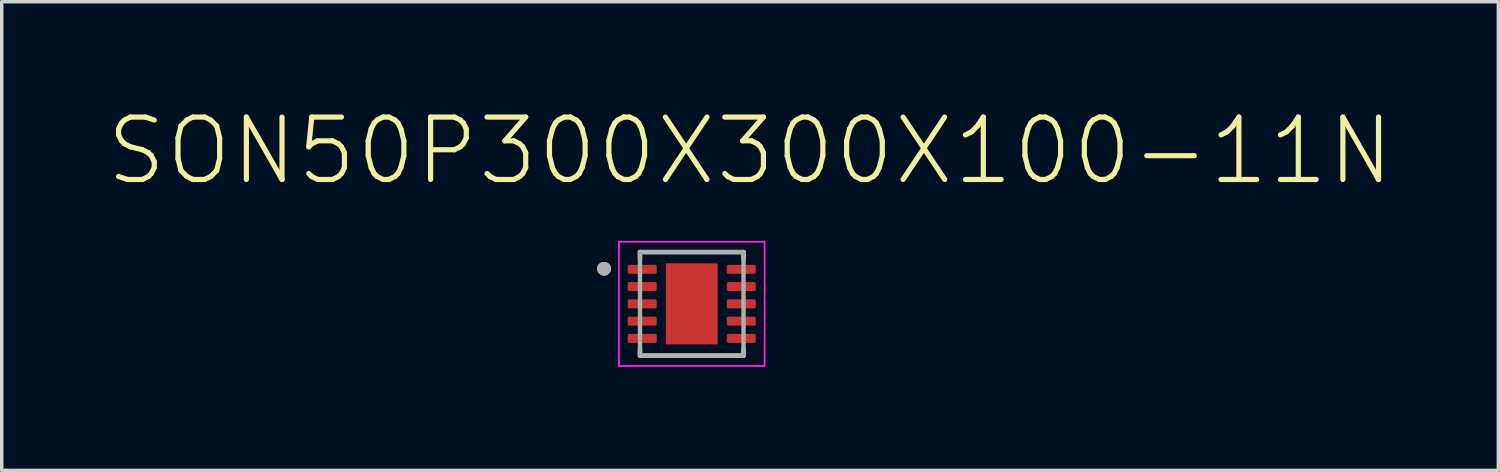
<source format=kicad_pcb>
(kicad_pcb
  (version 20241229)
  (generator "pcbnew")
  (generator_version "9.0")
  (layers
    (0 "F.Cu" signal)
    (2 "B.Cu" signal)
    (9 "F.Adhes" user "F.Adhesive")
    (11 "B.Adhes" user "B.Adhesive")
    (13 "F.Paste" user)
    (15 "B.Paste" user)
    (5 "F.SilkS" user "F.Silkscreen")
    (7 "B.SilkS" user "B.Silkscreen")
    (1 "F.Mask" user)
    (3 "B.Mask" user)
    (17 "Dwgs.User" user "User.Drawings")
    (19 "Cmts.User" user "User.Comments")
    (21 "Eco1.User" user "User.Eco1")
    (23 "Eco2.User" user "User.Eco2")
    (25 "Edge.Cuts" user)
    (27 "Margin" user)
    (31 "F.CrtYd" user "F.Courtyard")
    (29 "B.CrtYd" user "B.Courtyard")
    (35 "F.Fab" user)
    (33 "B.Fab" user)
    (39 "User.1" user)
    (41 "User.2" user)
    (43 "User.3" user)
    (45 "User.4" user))
  (footprint "SON50P300X300X100-11N"
    (layer "F.Cu")
    (at 16.992 5.753)
    (property "Reference" "SON50P300X300X100-11N" (at 1.689 -4.432 0) (layer "F.SilkS") (effects (font (size 1.808 1.808) (thickness 0.15))))
    (attr smd)
    (fp_line (start -1.5 -1.5) (end -1.5 -1.31) (stroke (width 0.127) (type solid)) (layer "F.SilkS"))
    (fp_line (start -1.5 -1.5) (end 1.5 -1.5) (stroke (width 0.127) (type solid)) (layer "F.SilkS"))
    (fp_line (start -1.5 1.31) (end -1.5 1.5) (stroke (width 0.127) (type solid)) (layer "F.SilkS"))
    (fp_line (start 1.5 -1.5) (end 1.5 -1.31) (stroke (width 0.127) (type solid)) (layer "F.SilkS"))
    (fp_line (start 1.5 1.31) (end 1.5 1.5) (stroke (width 0.127) (type solid)) (layer "F.SilkS"))
    (fp_line (start 1.5 1.5) (end -1.5 1.5) (stroke (width 0.127) (type solid)) (layer "F.SilkS"))
    (fp_circle (center -2.54 -1.016) (end -2.44 -1.016) (stroke (width 0.2) (type solid)) (fill no) (layer "F.SilkS"))
    (fp_poly (pts (xy -0.471 -0.74) (xy 0.47 -0.74) (xy 0.47 0.741) (xy -0.471 0.741)) (stroke (width 0.01) (type solid)) (fill yes) (layer "F.Paste"))
    (fp_line (start -2.11 -1.8) (end 2.11 -1.8) (stroke (width 0.05) (type solid)) (layer "F.CrtYd"))
    (fp_line (start -2.11 1.8) (end -2.11 -1.8) (stroke (width 0.05) (type solid)) (layer "F.CrtYd"))
    (fp_line (start 2.11 -1.8) (end 2.11 1.8) (stroke (width 0.05) (type solid)) (layer "F.CrtYd"))
    (fp_line (start 2.11 1.8) (end -2.11 1.8) (stroke (width 0.05) (type solid)) (layer "F.CrtYd"))
    (fp_line (start -1.5 -1.5) (end 1.5 -1.5) (stroke (width 0.127) (type solid)) (layer "F.Fab"))
    (fp_line (start -1.5 1.5) (end -1.5 -1.5) (stroke (width 0.127) (type solid)) (layer "F.Fab"))
    (fp_line (start 1.5 -1.5) (end 1.5 1.5) (stroke (width 0.127) (type solid)) (layer "F.Fab"))
    (fp_line (start 1.5 1.5) (end -1.5 1.5) (stroke (width 0.127) (type solid)) (layer "F.Fab"))
    (fp_circle (center -2.54 -1.016) (end -2.44 -1.016) (stroke (width 0.2) (type solid)) (fill no) (layer "F.Fab"))
    (pad "1" smd roundrect (at -1.435 -1) (size 0.84 0.26) (layers "F.Cu" "F.Mask" "F.Paste") (roundrect_rratio 0.15))
    (pad "2" smd roundrect (at -1.435 -0.5) (size 0.84 0.26) (layers "F.Cu" "F.Mask" "F.Paste") (roundrect_rratio 0.15))
    (pad "3" smd roundrect (at -1.435 0) (size 0.84 0.26) (layers "F.Cu" "F.Mask" "F.Paste") (roundrect_rratio 0.15))
    (pad "4" smd roundrect (at -1.435 0.5) (size 0.84 0.26) (layers "F.Cu" "F.Mask" "F.Paste") (roundrect_rratio 0.15))
    (pad "5" smd roundrect (at -1.435 1) (size 0.84 0.26) (layers "F.Cu" "F.Mask" "F.Paste") (roundrect_rratio 0.15))
    (pad "6" smd roundrect (at 1.435 1) (size 0.84 0.26) (layers "F.Cu" "F.Mask" "F.Paste") (roundrect_rratio 0.15))
    (pad "7" smd roundrect (at 1.435 0.5) (size 0.84 0.26) (layers "F.Cu" "F.Mask" "F.Paste") (roundrect_rratio 0.15))
    (pad "8" smd roundrect (at 1.435 0) (size 0.84 0.26) (layers "F.Cu" "F.Mask" "F.Paste") (roundrect_rratio 0.15))
    (pad "9" smd roundrect (at 1.435 -0.5) (size 0.84 0.26) (layers "F.Cu" "F.Mask" "F.Paste") (roundrect_rratio 0.15))
    (pad "10" smd roundrect (at 1.435 -1) (size 0.84 0.26) (layers "F.Cu" "F.Mask" "F.Paste") (roundrect_rratio 0.15))
    (pad "11" smd rect (at 0 0) (size 1.5 2.35) (layers "F.Cu" "F.Mask")))
  (gr_rect
    (start -3 -3)
    (end 40.361 10.578)
    (stroke (width 0.1) (type default))
    (fill no)
    (layer "Edge.Cuts")))
</source>
